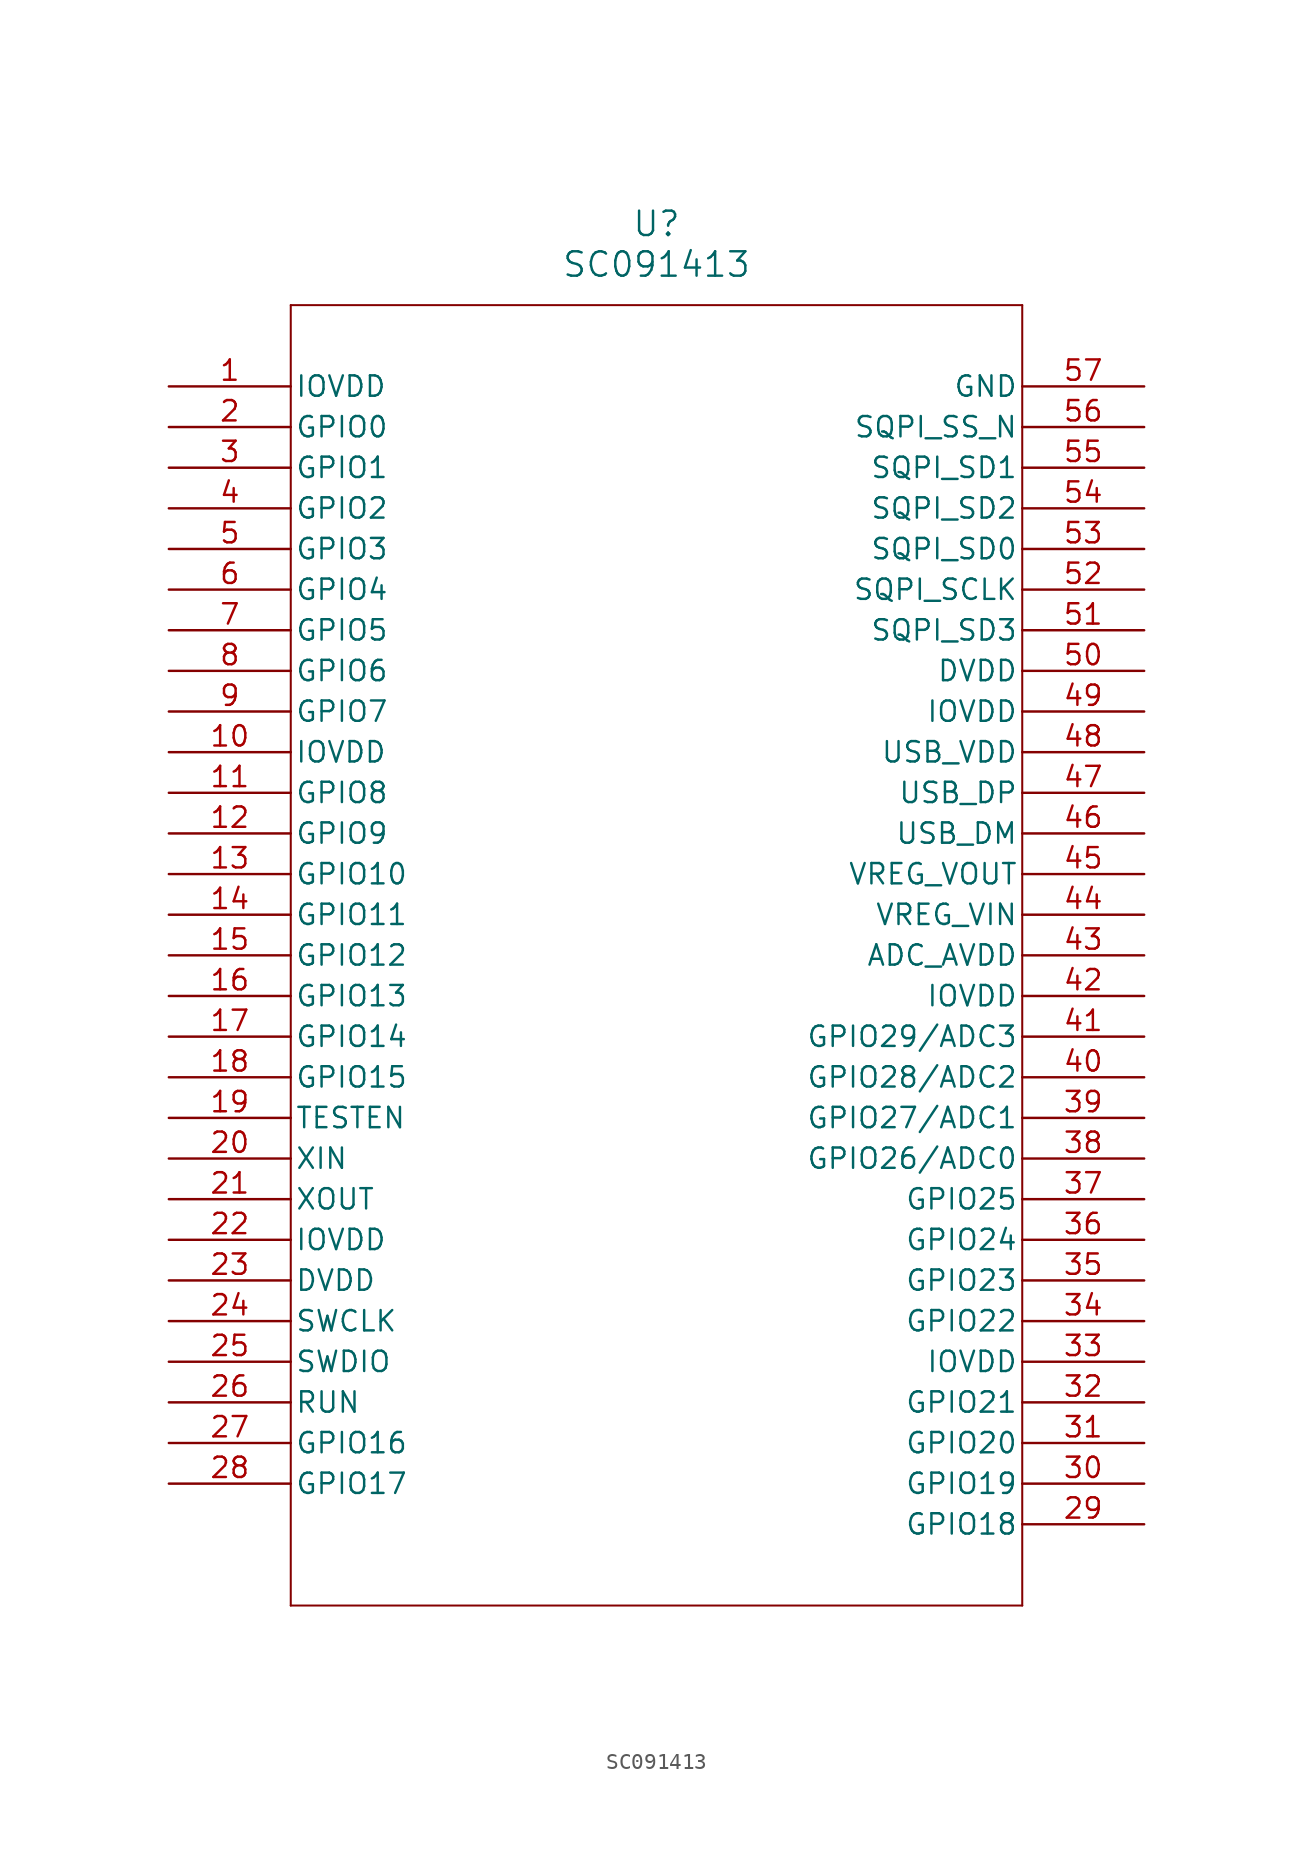
<source format=kicad_sym>
(kicad_symbol_lib
  (version 20211014)
  (generator kicad_symbol_editor)
  (symbol "SC091413"
    (pin_names
      (offset 0.254))
    (property "Reference" "U"
      (at 30.48 10.16 0)
      (effects (font (size 1.524 1.524))))
    (property "Value" "SC091413"
      (at 30.48 7.62 0)
      (effects (font (size 1.524 1.524))))
    (symbol "SC091413_0_1"
      (polyline (pts (xy 7.62 5.08) (xy 7.62 -76.2)) (stroke (width 0.127) (type default) (color 0 0 0 0)) (fill (type none)))
      (polyline (pts (xy 7.62 -76.2) (xy 53.34 -76.2)) (stroke (width 0.127) (type default) (color 0 0 0 0)) (fill (type none)))
      (polyline (pts (xy 53.34 -76.2) (xy 53.34 5.08)) (stroke (width 0.127) (type default) (color 0 0 0 0)) (fill (type none)))
      (polyline (pts (xy 53.34 5.08) (xy 7.62 5.08)) (stroke (width 0.127) (type default) (color 0 0 0 0)) (fill (type none)))
      (pin power_in line (at 0 0 0) (length 7.62) (name "IOVDD" (effects (font (size 1.27 1.27)))) (number "1" (effects (font (size 1.27 1.27)))))
      (pin bidirectional line (at 0 -2.54 0) (length 7.62) (name "GPIO0" (effects (font (size 1.27 1.27)))) (number "2" (effects (font (size 1.27 1.27)))))
      (pin bidirectional line (at 0 -5.08 0) (length 7.62) (name "GPIO1" (effects (font (size 1.27 1.27)))) (number "3" (effects (font (size 1.27 1.27)))))
      (pin bidirectional line (at 0 -7.62 0) (length 7.62) (name "GPIO2" (effects (font (size 1.27 1.27)))) (number "4" (effects (font (size 1.27 1.27)))))
      (pin bidirectional line (at 0 -10.16 0) (length 7.62) (name "GPIO3" (effects (font (size 1.27 1.27)))) (number "5" (effects (font (size 1.27 1.27)))))
      (pin bidirectional line (at 0 -12.7 0) (length 7.62) (name "GPIO4" (effects (font (size 1.27 1.27)))) (number "6" (effects (font (size 1.27 1.27)))))
      (pin bidirectional line (at 0 -15.24 0) (length 7.62) (name "GPIO5" (effects (font (size 1.27 1.27)))) (number "7" (effects (font (size 1.27 1.27)))))
      (pin bidirectional line (at 0 -17.78 0) (length 7.62) (name "GPIO6" (effects (font (size 1.27 1.27)))) (number "8" (effects (font (size 1.27 1.27)))))
      (pin bidirectional line (at 0 -20.32 0) (length 7.62) (name "GPIO7" (effects (font (size 1.27 1.27)))) (number "9" (effects (font (size 1.27 1.27)))))
      (pin power_in line (at 0 -22.86 0) (length 7.62) (name "IOVDD" (effects (font (size 1.27 1.27)))) (number "10" (effects (font (size 1.27 1.27)))))
      (pin bidirectional line (at 0 -25.4 0) (length 7.62) (name "GPIO8" (effects (font (size 1.27 1.27)))) (number "11" (effects (font (size 1.27 1.27)))))
      (pin bidirectional line (at 0 -27.94 0) (length 7.62) (name "GPIO9" (effects (font (size 1.27 1.27)))) (number "12" (effects (font (size 1.27 1.27)))))
      (pin bidirectional line (at 0 -30.48 0) (length 7.62) (name "GPIO10" (effects (font (size 1.27 1.27)))) (number "13" (effects (font (size 1.27 1.27)))))
      (pin bidirectional line (at 0 -33.02 0) (length 7.62) (name "GPIO11" (effects (font (size 1.27 1.27)))) (number "14" (effects (font (size 1.27 1.27)))))
      (pin bidirectional line (at 0 -35.56 0) (length 7.62) (name "GPIO12" (effects (font (size 1.27 1.27)))) (number "15" (effects (font (size 1.27 1.27)))))
      (pin bidirectional line (at 0 -38.1 0) (length 7.62) (name "GPIO13" (effects (font (size 1.27 1.27)))) (number "16" (effects (font (size 1.27 1.27)))))
      (pin bidirectional line (at 0 -40.64 0) (length 7.62) (name "GPIO14" (effects (font (size 1.27 1.27)))) (number "17" (effects (font (size 1.27 1.27)))))
      (pin bidirectional line (at 0 -43.18 0) (length 7.62) (name "GPIO15" (effects (font (size 1.27 1.27)))) (number "18" (effects (font (size 1.27 1.27)))))
      (pin input line (at 0 -45.72 0) (length 7.62) (name "TESTEN" (effects (font (size 1.27 1.27)))) (number "19" (effects (font (size 1.27 1.27)))))
      (pin input line (at 0 -48.26 0) (length 7.62) (name "XIN" (effects (font (size 1.27 1.27)))) (number "20" (effects (font (size 1.27 1.27)))))
      (pin output line (at 0 -50.8 0) (length 7.62) (name "XOUT" (effects (font (size 1.27 1.27)))) (number "21" (effects (font (size 1.27 1.27)))))
      (pin power_in line (at 0 -53.34 0) (length 7.62) (name "IOVDD" (effects (font (size 1.27 1.27)))) (number "22" (effects (font (size 1.27 1.27)))))
      (pin power_in line (at 0 -55.88 0) (length 7.62) (name "DVDD" (effects (font (size 1.27 1.27)))) (number "23" (effects (font (size 1.27 1.27)))))
      (pin input line (at 0 -58.42 0) (length 7.62) (name "SWCLK" (effects (font (size 1.27 1.27)))) (number "24" (effects (font (size 1.27 1.27)))))
      (pin bidirectional line (at 0 -60.96 0) (length 7.62) (name "SWDIO" (effects (font (size 1.27 1.27)))) (number "25" (effects (font (size 1.27 1.27)))))
      (pin input line (at 0 -63.5 0) (length 7.62) (name "RUN" (effects (font (size 1.27 1.27)))) (number "26" (effects (font (size 1.27 1.27)))))
      (pin bidirectional line (at 0 -66.04 0) (length 7.62) (name "GPIO16" (effects (font (size 1.27 1.27)))) (number "27" (effects (font (size 1.27 1.27)))))
      (pin bidirectional line (at 0 -68.58 0) (length 7.62) (name "GPIO17" (effects (font (size 1.27 1.27)))) (number "28" (effects (font (size 1.27 1.27)))))
      (pin bidirectional line (at 60.96 -71.12 180) (length 7.62) (name "GPIO18" (effects (font (size 1.27 1.27)))) (number "29" (effects (font (size 1.27 1.27)))))
      (pin bidirectional line (at 60.96 -68.58 180) (length 7.62) (name "GPIO19" (effects (font (size 1.27 1.27)))) (number "30" (effects (font (size 1.27 1.27)))))
      (pin bidirectional line (at 60.96 -66.04 180) (length 7.62) (name "GPIO20" (effects (font (size 1.27 1.27)))) (number "31" (effects (font (size 1.27 1.27)))))
      (pin bidirectional line (at 60.96 -63.5 180) (length 7.62) (name "GPIO21" (effects (font (size 1.27 1.27)))) (number "32" (effects (font (size 1.27 1.27)))))
      (pin power_in line (at 60.96 -60.96 180) (length 7.62) (name "IOVDD" (effects (font (size 1.27 1.27)))) (number "33" (effects (font (size 1.27 1.27)))))
      (pin bidirectional line (at 60.96 -58.42 180) (length 7.62) (name "GPIO22" (effects (font (size 1.27 1.27)))) (number "34" (effects (font (size 1.27 1.27)))))
      (pin bidirectional line (at 60.96 -55.88 180) (length 7.62) (name "GPIO23" (effects (font (size 1.27 1.27)))) (number "35" (effects (font (size 1.27 1.27)))))
      (pin bidirectional line (at 60.96 -53.34 180) (length 7.62) (name "GPIO24" (effects (font (size 1.27 1.27)))) (number "36" (effects (font (size 1.27 1.27)))))
      (pin bidirectional line (at 60.96 -50.8 180) (length 7.62) (name "GPIO25" (effects (font (size 1.27 1.27)))) (number "37" (effects (font (size 1.27 1.27)))))
      (pin bidirectional line (at 60.96 -48.26 180) (length 7.62) (name "GPIO26/ADC0" (effects (font (size 1.27 1.27)))) (number "38" (effects (font (size 1.27 1.27)))))
      (pin bidirectional line (at 60.96 -45.72 180) (length 7.62) (name "GPIO27/ADC1" (effects (font (size 1.27 1.27)))) (number "39" (effects (font (size 1.27 1.27)))))
      (pin bidirectional line (at 60.96 -43.18 180) (length 7.62) (name "GPIO28/ADC2" (effects (font (size 1.27 1.27)))) (number "40" (effects (font (size 1.27 1.27)))))
      (pin bidirectional line (at 60.96 -40.64 180) (length 7.62) (name "GPIO29/ADC3" (effects (font (size 1.27 1.27)))) (number "41" (effects (font (size 1.27 1.27)))))
      (pin power_in line (at 60.96 -38.1 180) (length 7.62) (name "IOVDD" (effects (font (size 1.27 1.27)))) (number "42" (effects (font (size 1.27 1.27)))))
      (pin power_in line (at 60.96 -35.56 180) (length 7.62) (name "ADC_AVDD" (effects (font (size 1.27 1.27)))) (number "43" (effects (font (size 1.27 1.27)))))
      (pin power_in line (at 60.96 -33.02 180) (length 7.62) (name "VREG_VIN" (effects (font (size 1.27 1.27)))) (number "44" (effects (font (size 1.27 1.27)))))
      (pin power_in line (at 60.96 -30.48 180) (length 7.62) (name "VREG_VOUT" (effects (font (size 1.27 1.27)))) (number "45" (effects (font (size 1.27 1.27)))))
      (pin bidirectional line (at 60.96 -27.94 180) (length 7.62) (name "USB_DM" (effects (font (size 1.27 1.27)))) (number "46" (effects (font (size 1.27 1.27)))))
      (pin bidirectional line (at 60.96 -25.4 180) (length 7.62) (name "USB_DP" (effects (font (size 1.27 1.27)))) (number "47" (effects (font (size 1.27 1.27)))))
      (pin power_in line (at 60.96 -22.86 180) (length 7.62) (name "USB_VDD" (effects (font (size 1.27 1.27)))) (number "48" (effects (font (size 1.27 1.27)))))
      (pin power_in line (at 60.96 -20.32 180) (length 7.62) (name "IOVDD" (effects (font (size 1.27 1.27)))) (number "49" (effects (font (size 1.27 1.27)))))
      (pin power_in line (at 60.96 -17.78 180) (length 7.62) (name "DVDD" (effects (font (size 1.27 1.27)))) (number "50" (effects (font (size 1.27 1.27)))))
      (pin bidirectional line (at 60.96 -15.24 180) (length 7.62) (name "SQPI_SD3" (effects (font (size 1.27 1.27)))) (number "51" (effects (font (size 1.27 1.27)))))
      (pin bidirectional line (at 60.96 -12.7 180) (length 7.62) (name "SQPI_SCLK" (effects (font (size 1.27 1.27)))) (number "52" (effects (font (size 1.27 1.27)))))
      (pin bidirectional line (at 60.96 -10.16 180) (length 7.62) (name "SQPI_SD0" (effects (font (size 1.27 1.27)))) (number "53" (effects (font (size 1.27 1.27)))))
      (pin bidirectional line (at 60.96 -7.62 180) (length 7.62) (name "SQPI_SD2" (effects (font (size 1.27 1.27)))) (number "54" (effects (font (size 1.27 1.27)))))
      (pin bidirectional line (at 60.96 -5.08 180) (length 7.62) (name "SQPI_SD1" (effects (font (size 1.27 1.27)))) (number "55" (effects (font (size 1.27 1.27)))))
      (pin bidirectional line (at 60.96 -2.54 180) (length 7.62) (name "SQPI_SS_N" (effects (font (size 1.27 1.27)))) (number "56" (effects (font (size 1.27 1.27)))))
      (pin power_out line (at 60.96 0 180) (length 7.62) (name "GND" (effects (font (size 1.27 1.27)))) (number "57" (effects (font (size 1.27 1.27))))))))
</source>
